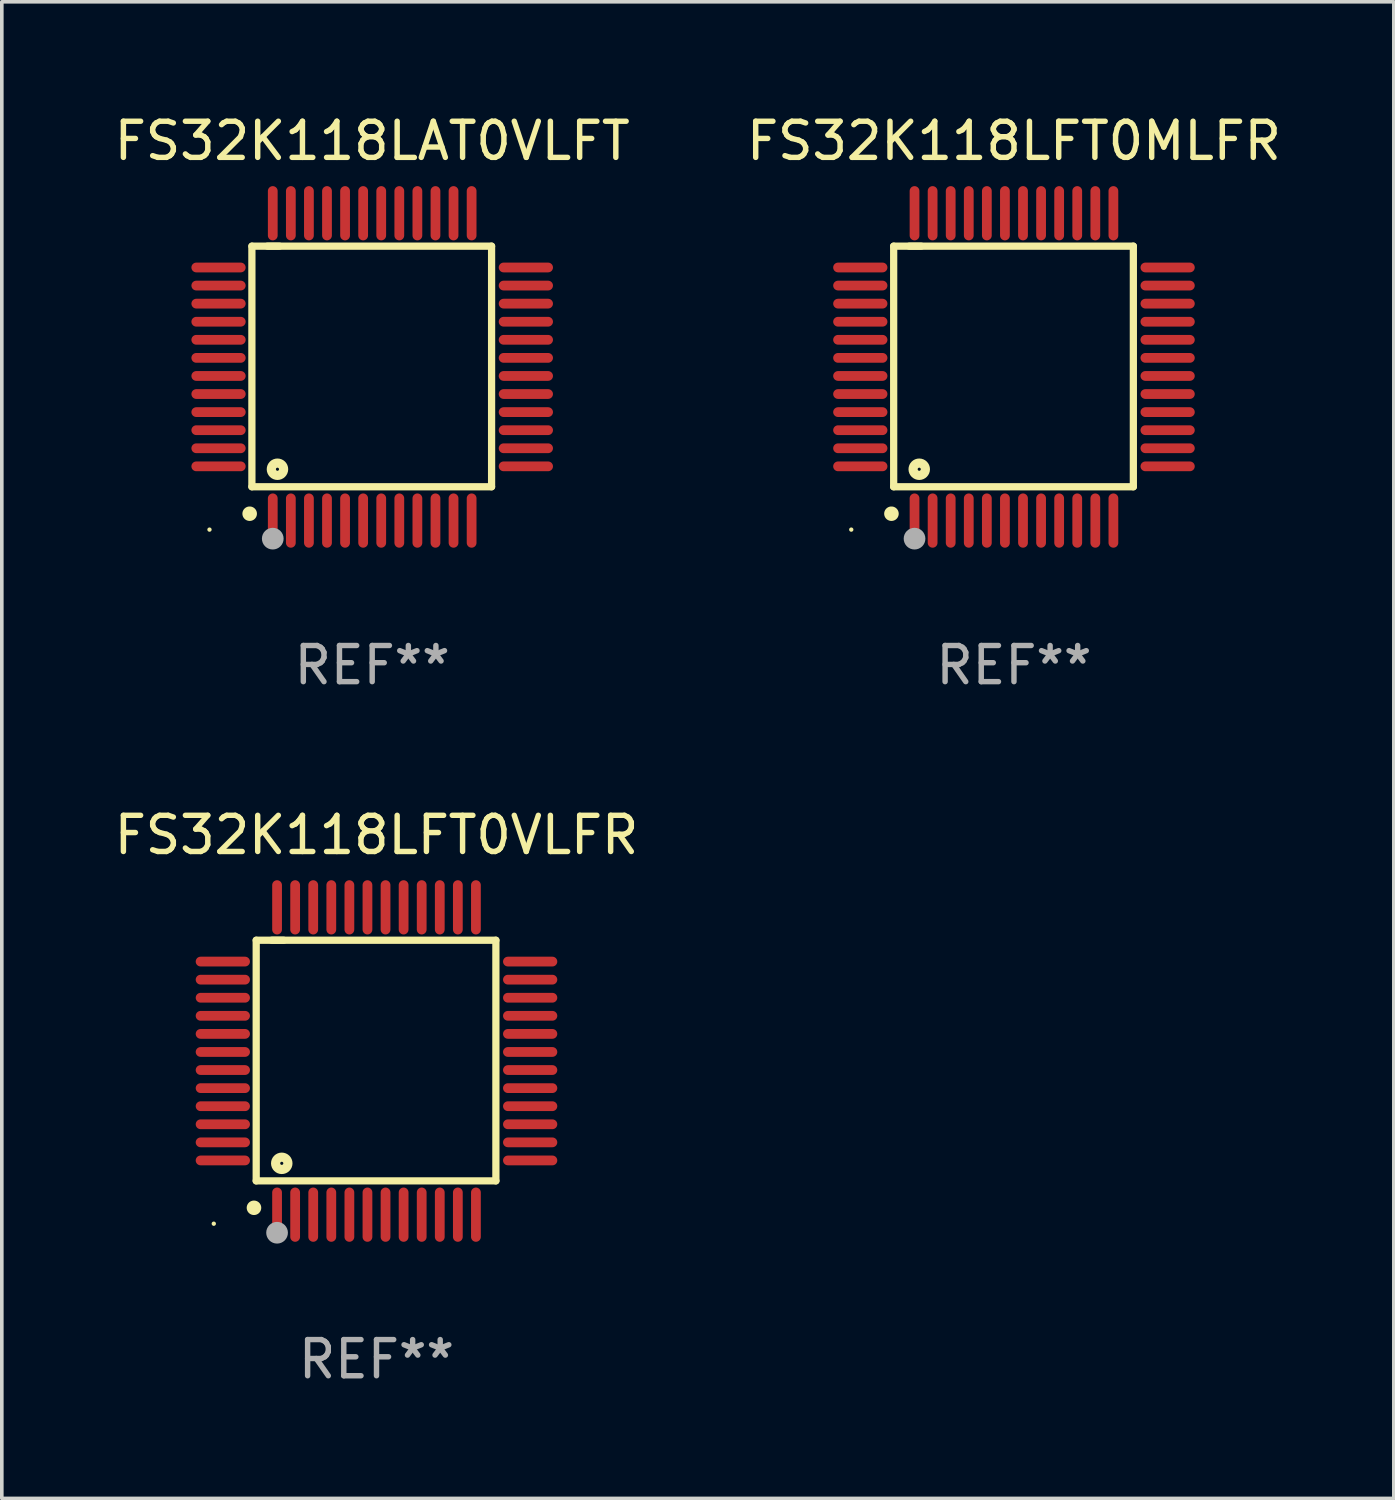
<source format=kicad_pcb>
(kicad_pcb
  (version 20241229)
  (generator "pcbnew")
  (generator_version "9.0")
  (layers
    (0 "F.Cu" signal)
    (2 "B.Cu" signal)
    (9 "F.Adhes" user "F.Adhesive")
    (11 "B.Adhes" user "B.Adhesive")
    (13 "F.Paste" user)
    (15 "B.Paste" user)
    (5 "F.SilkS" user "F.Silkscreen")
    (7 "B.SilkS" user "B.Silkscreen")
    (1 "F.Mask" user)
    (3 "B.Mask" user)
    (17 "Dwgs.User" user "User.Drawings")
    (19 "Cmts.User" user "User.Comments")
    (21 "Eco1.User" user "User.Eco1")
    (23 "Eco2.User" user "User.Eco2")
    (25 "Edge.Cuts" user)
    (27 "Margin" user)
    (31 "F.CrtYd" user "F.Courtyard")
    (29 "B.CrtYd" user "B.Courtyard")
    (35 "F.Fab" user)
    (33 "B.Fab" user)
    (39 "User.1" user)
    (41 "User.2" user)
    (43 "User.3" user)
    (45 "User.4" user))
  (footprint "FS32K118LAT0VLFT"
    (layer "F.Cu")
    (at 7.244 7.098)
    (property "Reference" "FS32K118LAT0VLFT" (at 0 -6.25 0) (layer "F.SilkS") (effects (font (size 1 1) (thickness 0.15))))
    (attr through_hole)
    (fp_line (start -3.327 -3.34) (end -2.565 -3.34) (stroke (width 0.2) (type solid)) (layer "F.SilkS"))
    (fp_line (start -3.327 3.315) (end -3.327 -3.34) (stroke (width 0.2) (type solid)) (layer "F.SilkS"))
    (fp_line (start -2.896 -3.34) (end 3.302 -3.34) (stroke (width 0.2) (type solid)) (layer "F.SilkS"))
    (fp_line (start 3.302 -3.34) (end 3.302 3.315) (stroke (width 0.2) (type solid)) (layer "F.SilkS"))
    (fp_line (start 3.302 3.315) (end -3.327 3.315) (stroke (width 0.2) (type solid)) (layer "F.SilkS"))
    (fp_arc (start -3.389992 4.059995) (mid -3.388722 4.059991) (end -3.387452 4.059995) (stroke (width 0.4) (type solid)) (layer "F.SilkS"))
    (fp_circle (center -4.5 4.5) (end -4.47 4.5) (stroke (width 0.06) (type solid)) (fill no) (layer "F.SilkS"))
    (fp_circle (center -2.62 2.83) (end -2.45 2.83) (stroke (width 0.254) (type solid)) (fill no) (layer "F.SilkS"))
    (fp_circle (center -2.75 4.75) (end -2.6 4.75) (stroke (width 0.3) (type solid)) (fill no) (layer "F.Fab"))
    (fp_text user "REF**" (at 0 8.25 0) (layer "F.Fab") (effects (font (size 1 1) (thickness 0.15))))
    (pad "1" smd oval (at -2.75 4.25) (size 0.27 1.5) (layers "F.Cu" "F.Mask" "F.Paste"))
    (pad "2" smd oval (at -2.25 4.25) (size 0.27 1.5) (layers "F.Cu" "F.Mask" "F.Paste"))
    (pad "3" smd oval (at -1.75 4.25) (size 0.27 1.5) (layers "F.Cu" "F.Mask" "F.Paste"))
    (pad "4" smd oval (at -1.25 4.25) (size 0.27 1.5) (layers "F.Cu" "F.Mask" "F.Paste"))
    (pad "5" smd oval (at -0.75 4.25) (size 0.27 1.5) (layers "F.Cu" "F.Mask" "F.Paste"))
    (pad "6" smd oval (at -0.25 4.25) (size 0.27 1.5) (layers "F.Cu" "F.Mask" "F.Paste"))
    (pad "7" smd oval (at 0.25 4.25) (size 0.27 1.5) (layers "F.Cu" "F.Mask" "F.Paste"))
    (pad "8" smd oval (at 0.75 4.25) (size 0.27 1.5) (layers "F.Cu" "F.Mask" "F.Paste"))
    (pad "9" smd oval (at 1.25 4.25) (size 0.27 1.5) (layers "F.Cu" "F.Mask" "F.Paste"))
    (pad "10" smd oval (at 1.75 4.25) (size 0.27 1.5) (layers "F.Cu" "F.Mask" "F.Paste"))
    (pad "11" smd oval (at 2.25 4.25) (size 0.27 1.5) (layers "F.Cu" "F.Mask" "F.Paste"))
    (pad "12" smd oval (at 2.75 4.25) (size 0.27 1.5) (layers "F.Cu" "F.Mask" "F.Paste"))
    (pad "13" smd oval (at 4.25 2.75) (size 1.5 0.27) (layers "F.Cu" "F.Mask" "F.Paste"))
    (pad "14" smd oval (at 4.25 2.25) (size 1.5 0.27) (layers "F.Cu" "F.Mask" "F.Paste"))
    (pad "15" smd oval (at 4.25 1.75) (size 1.5 0.27) (layers "F.Cu" "F.Mask" "F.Paste"))
    (pad "16" smd oval (at 4.25 1.25) (size 1.5 0.27) (layers "F.Cu" "F.Mask" "F.Paste"))
    (pad "17" smd oval (at 4.25 0.75) (size 1.5 0.27) (layers "F.Cu" "F.Mask" "F.Paste"))
    (pad "18" smd oval (at 4.25 0.25) (size 1.5 0.27) (layers "F.Cu" "F.Mask" "F.Paste"))
    (pad "19" smd oval (at 4.25 -0.25) (size 1.5 0.27) (layers "F.Cu" "F.Mask" "F.Paste"))
    (pad "20" smd oval (at 4.25 -0.75) (size 1.5 0.27) (layers "F.Cu" "F.Mask" "F.Paste"))
    (pad "21" smd oval (at 4.25 -1.25) (size 1.5 0.27) (layers "F.Cu" "F.Mask" "F.Paste"))
    (pad "22" smd oval (at 4.25 -1.75) (size 1.5 0.27) (layers "F.Cu" "F.Mask" "F.Paste"))
    (pad "23" smd oval (at 4.25 -2.25) (size 1.5 0.27) (layers "F.Cu" "F.Mask" "F.Paste"))
    (pad "24" smd oval (at 4.25 -2.75) (size 1.5 0.27) (layers "F.Cu" "F.Mask" "F.Paste"))
    (pad "25" smd oval (at 2.75 -4.25) (size 0.27 1.5) (layers "F.Cu" "F.Mask" "F.Paste"))
    (pad "26" smd oval (at 2.25 -4.25) (size 0.27 1.5) (layers "F.Cu" "F.Mask" "F.Paste"))
    (pad "27" smd oval (at 1.75 -4.25) (size 0.27 1.5) (layers "F.Cu" "F.Mask" "F.Paste"))
    (pad "28" smd oval (at 1.25 -4.25) (size 0.27 1.5) (layers "F.Cu" "F.Mask" "F.Paste"))
    (pad "29" smd oval (at 0.75 -4.25) (size 0.27 1.5) (layers "F.Cu" "F.Mask" "F.Paste"))
    (pad "30" smd oval (at 0.25 -4.25) (size 0.27 1.5) (layers "F.Cu" "F.Mask" "F.Paste"))
    (pad "31" smd oval (at -0.25 -4.25) (size 0.27 1.5) (layers "F.Cu" "F.Mask" "F.Paste"))
    (pad "32" smd oval (at -0.75 -4.25) (size 0.27 1.5) (layers "F.Cu" "F.Mask" "F.Paste"))
    (pad "33" smd oval (at -1.25 -4.25) (size 0.27 1.5) (layers "F.Cu" "F.Mask" "F.Paste"))
    (pad "34" smd oval (at -1.75 -4.25) (size 0.27 1.5) (layers "F.Cu" "F.Mask" "F.Paste"))
    (pad "35" smd oval (at -2.25 -4.25) (size 0.27 1.5) (layers "F.Cu" "F.Mask" "F.Paste"))
    (pad "36" smd oval (at -2.75 -4.25) (size 0.27 1.5) (layers "F.Cu" "F.Mask" "F.Paste"))
    (pad "37" smd oval (at -4.25 -2.75) (size 1.5 0.27) (layers "F.Cu" "F.Mask" "F.Paste"))
    (pad "38" smd oval (at -4.25 -2.25) (size 1.5 0.27) (layers "F.Cu" "F.Mask" "F.Paste"))
    (pad "39" smd oval (at -4.25 -1.75) (size 1.5 0.27) (layers "F.Cu" "F.Mask" "F.Paste"))
    (pad "40" smd oval (at -4.25 -1.25) (size 1.5 0.27) (layers "F.Cu" "F.Mask" "F.Paste"))
    (pad "41" smd oval (at -4.25 -0.75) (size 1.5 0.27) (layers "F.Cu" "F.Mask" "F.Paste"))
    (pad "42" smd oval (at -4.25 -0.25) (size 1.5 0.27) (layers "F.Cu" "F.Mask" "F.Paste"))
    (pad "43" smd oval (at -4.25 0.25) (size 1.5 0.27) (layers "F.Cu" "F.Mask" "F.Paste"))
    (pad "44" smd oval (at -4.25 0.75) (size 1.5 0.27) (layers "F.Cu" "F.Mask" "F.Paste"))
    (pad "45" smd oval (at -4.25 1.25) (size 1.5 0.27) (layers "F.Cu" "F.Mask" "F.Paste"))
    (pad "46" smd oval (at -4.25 1.75) (size 1.5 0.27) (layers "F.Cu" "F.Mask" "F.Paste"))
    (pad "47" smd oval (at -4.25 2.25) (size 1.5 0.27) (layers "F.Cu" "F.Mask" "F.Paste"))
    (pad "48" smd oval (at -4.25 2.75) (size 1.5 0.27) (layers "F.Cu" "F.Mask" "F.Paste")))
  (footprint "FS32K118LFT0VLFR"
    (layer "F.Cu")
    (at 7.363 26.295)
    (property "Reference" "FS32K118LFT0VLFR" (at 0 -6.25 0) (layer "F.SilkS") (effects (font (size 1 1) (thickness 0.15))))
    (attr through_hole)
    (fp_line (start -3.327 -3.34) (end -2.565 -3.34) (stroke (width 0.2) (type solid)) (layer "F.SilkS"))
    (fp_line (start -3.327 3.315) (end -3.327 -3.34) (stroke (width 0.2) (type solid)) (layer "F.SilkS"))
    (fp_line (start -2.896 -3.34) (end 3.302 -3.34) (stroke (width 0.2) (type solid)) (layer "F.SilkS"))
    (fp_line (start 3.302 -3.34) (end 3.302 3.315) (stroke (width 0.2) (type solid)) (layer "F.SilkS"))
    (fp_line (start 3.302 3.315) (end -3.327 3.315) (stroke (width 0.2) (type solid)) (layer "F.SilkS"))
    (fp_arc (start -3.389992 4.059995) (mid -3.388722 4.059991) (end -3.387452 4.059995) (stroke (width 0.4) (type solid)) (layer "F.SilkS"))
    (fp_circle (center -4.5 4.5) (end -4.47 4.5) (stroke (width 0.06) (type solid)) (fill no) (layer "F.SilkS"))
    (fp_circle (center -2.62 2.83) (end -2.45 2.83) (stroke (width 0.254) (type solid)) (fill no) (layer "F.SilkS"))
    (fp_circle (center -2.75 4.75) (end -2.6 4.75) (stroke (width 0.3) (type solid)) (fill no) (layer "F.Fab"))
    (fp_text user "REF**" (at 0 8.25 0) (layer "F.Fab") (effects (font (size 1 1) (thickness 0.15))))
    (pad "1" smd oval (at -2.75 4.25) (size 0.27 1.5) (layers "F.Cu" "F.Mask" "F.Paste"))
    (pad "2" smd oval (at -2.25 4.25) (size 0.27 1.5) (layers "F.Cu" "F.Mask" "F.Paste"))
    (pad "3" smd oval (at -1.75 4.25) (size 0.27 1.5) (layers "F.Cu" "F.Mask" "F.Paste"))
    (pad "4" smd oval (at -1.25 4.25) (size 0.27 1.5) (layers "F.Cu" "F.Mask" "F.Paste"))
    (pad "5" smd oval (at -0.75 4.25) (size 0.27 1.5) (layers "F.Cu" "F.Mask" "F.Paste"))
    (pad "6" smd oval (at -0.25 4.25) (size 0.27 1.5) (layers "F.Cu" "F.Mask" "F.Paste"))
    (pad "7" smd oval (at 0.25 4.25) (size 0.27 1.5) (layers "F.Cu" "F.Mask" "F.Paste"))
    (pad "8" smd oval (at 0.75 4.25) (size 0.27 1.5) (layers "F.Cu" "F.Mask" "F.Paste"))
    (pad "9" smd oval (at 1.25 4.25) (size 0.27 1.5) (layers "F.Cu" "F.Mask" "F.Paste"))
    (pad "10" smd oval (at 1.75 4.25) (size 0.27 1.5) (layers "F.Cu" "F.Mask" "F.Paste"))
    (pad "11" smd oval (at 2.25 4.25) (size 0.27 1.5) (layers "F.Cu" "F.Mask" "F.Paste"))
    (pad "12" smd oval (at 2.75 4.25) (size 0.27 1.5) (layers "F.Cu" "F.Mask" "F.Paste"))
    (pad "13" smd oval (at 4.25 2.75) (size 1.5 0.27) (layers "F.Cu" "F.Mask" "F.Paste"))
    (pad "14" smd oval (at 4.25 2.25) (size 1.5 0.27) (layers "F.Cu" "F.Mask" "F.Paste"))
    (pad "15" smd oval (at 4.25 1.75) (size 1.5 0.27) (layers "F.Cu" "F.Mask" "F.Paste"))
    (pad "16" smd oval (at 4.25 1.25) (size 1.5 0.27) (layers "F.Cu" "F.Mask" "F.Paste"))
    (pad "17" smd oval (at 4.25 0.75) (size 1.5 0.27) (layers "F.Cu" "F.Mask" "F.Paste"))
    (pad "18" smd oval (at 4.25 0.25) (size 1.5 0.27) (layers "F.Cu" "F.Mask" "F.Paste"))
    (pad "19" smd oval (at 4.25 -0.25) (size 1.5 0.27) (layers "F.Cu" "F.Mask" "F.Paste"))
    (pad "20" smd oval (at 4.25 -0.75) (size 1.5 0.27) (layers "F.Cu" "F.Mask" "F.Paste"))
    (pad "21" smd oval (at 4.25 -1.25) (size 1.5 0.27) (layers "F.Cu" "F.Mask" "F.Paste"))
    (pad "22" smd oval (at 4.25 -1.75) (size 1.5 0.27) (layers "F.Cu" "F.Mask" "F.Paste"))
    (pad "23" smd oval (at 4.25 -2.25) (size 1.5 0.27) (layers "F.Cu" "F.Mask" "F.Paste"))
    (pad "24" smd oval (at 4.25 -2.75) (size 1.5 0.27) (layers "F.Cu" "F.Mask" "F.Paste"))
    (pad "25" smd oval (at 2.75 -4.25) (size 0.27 1.5) (layers "F.Cu" "F.Mask" "F.Paste"))
    (pad "26" smd oval (at 2.25 -4.25) (size 0.27 1.5) (layers "F.Cu" "F.Mask" "F.Paste"))
    (pad "27" smd oval (at 1.75 -4.25) (size 0.27 1.5) (layers "F.Cu" "F.Mask" "F.Paste"))
    (pad "28" smd oval (at 1.25 -4.25) (size 0.27 1.5) (layers "F.Cu" "F.Mask" "F.Paste"))
    (pad "29" smd oval (at 0.75 -4.25) (size 0.27 1.5) (layers "F.Cu" "F.Mask" "F.Paste"))
    (pad "30" smd oval (at 0.25 -4.25) (size 0.27 1.5) (layers "F.Cu" "F.Mask" "F.Paste"))
    (pad "31" smd oval (at -0.25 -4.25) (size 0.27 1.5) (layers "F.Cu" "F.Mask" "F.Paste"))
    (pad "32" smd oval (at -0.75 -4.25) (size 0.27 1.5) (layers "F.Cu" "F.Mask" "F.Paste"))
    (pad "33" smd oval (at -1.25 -4.25) (size 0.27 1.5) (layers "F.Cu" "F.Mask" "F.Paste"))
    (pad "34" smd oval (at -1.75 -4.25) (size 0.27 1.5) (layers "F.Cu" "F.Mask" "F.Paste"))
    (pad "35" smd oval (at -2.25 -4.25) (size 0.27 1.5) (layers "F.Cu" "F.Mask" "F.Paste"))
    (pad "36" smd oval (at -2.75 -4.25) (size 0.27 1.5) (layers "F.Cu" "F.Mask" "F.Paste"))
    (pad "37" smd oval (at -4.25 -2.75) (size 1.5 0.27) (layers "F.Cu" "F.Mask" "F.Paste"))
    (pad "38" smd oval (at -4.25 -2.25) (size 1.5 0.27) (layers "F.Cu" "F.Mask" "F.Paste"))
    (pad "39" smd oval (at -4.25 -1.75) (size 1.5 0.27) (layers "F.Cu" "F.Mask" "F.Paste"))
    (pad "40" smd oval (at -4.25 -1.25) (size 1.5 0.27) (layers "F.Cu" "F.Mask" "F.Paste"))
    (pad "41" smd oval (at -4.25 -0.75) (size 1.5 0.27) (layers "F.Cu" "F.Mask" "F.Paste"))
    (pad "42" smd oval (at -4.25 -0.25) (size 1.5 0.27) (layers "F.Cu" "F.Mask" "F.Paste"))
    (pad "43" smd oval (at -4.25 0.25) (size 1.5 0.27) (layers "F.Cu" "F.Mask" "F.Paste"))
    (pad "44" smd oval (at -4.25 0.75) (size 1.5 0.27) (layers "F.Cu" "F.Mask" "F.Paste"))
    (pad "45" smd oval (at -4.25 1.25) (size 1.5 0.27) (layers "F.Cu" "F.Mask" "F.Paste"))
    (pad "46" smd oval (at -4.25 1.75) (size 1.5 0.27) (layers "F.Cu" "F.Mask" "F.Paste"))
    (pad "47" smd oval (at -4.25 2.25) (size 1.5 0.27) (layers "F.Cu" "F.Mask" "F.Paste"))
    (pad "48" smd oval (at -4.25 2.75) (size 1.5 0.27) (layers "F.Cu" "F.Mask" "F.Paste")))
  (footprint "FS32K118LFT0MLFR"
    (layer "F.Cu")
    (at 24.994 7.098)
    (property "Reference" "FS32K118LFT0MLFR" (at 0 -6.25 0) (layer "F.SilkS") (effects (font (size 1 1) (thickness 0.15))))
    (attr through_hole)
    (fp_line (start -3.327 -3.34) (end -2.565 -3.34) (stroke (width 0.2) (type solid)) (layer "F.SilkS"))
    (fp_line (start -3.327 3.315) (end -3.327 -3.34) (stroke (width 0.2) (type solid)) (layer "F.SilkS"))
    (fp_line (start -2.896 -3.34) (end 3.302 -3.34) (stroke (width 0.2) (type solid)) (layer "F.SilkS"))
    (fp_line (start 3.302 -3.34) (end 3.302 3.315) (stroke (width 0.2) (type solid)) (layer "F.SilkS"))
    (fp_line (start 3.302 3.315) (end -3.327 3.315) (stroke (width 0.2) (type solid)) (layer "F.SilkS"))
    (fp_arc (start -3.389992 4.059995) (mid -3.388722 4.059991) (end -3.387452 4.059995) (stroke (width 0.4) (type solid)) (layer "F.SilkS"))
    (fp_circle (center -4.5 4.5) (end -4.47 4.5) (stroke (width 0.06) (type solid)) (fill no) (layer "F.SilkS"))
    (fp_circle (center -2.62 2.83) (end -2.45 2.83) (stroke (width 0.254) (type solid)) (fill no) (layer "F.SilkS"))
    (fp_circle (center -2.75 4.75) (end -2.6 4.75) (stroke (width 0.3) (type solid)) (fill no) (layer "F.Fab"))
    (fp_text user "REF**" (at 0 8.25 0) (layer "F.Fab") (effects (font (size 1 1) (thickness 0.15))))
    (pad "1" smd oval (at -2.75 4.25) (size 0.27 1.5) (layers "F.Cu" "F.Mask" "F.Paste"))
    (pad "2" smd oval (at -2.25 4.25) (size 0.27 1.5) (layers "F.Cu" "F.Mask" "F.Paste"))
    (pad "3" smd oval (at -1.75 4.25) (size 0.27 1.5) (layers "F.Cu" "F.Mask" "F.Paste"))
    (pad "4" smd oval (at -1.25 4.25) (size 0.27 1.5) (layers "F.Cu" "F.Mask" "F.Paste"))
    (pad "5" smd oval (at -0.75 4.25) (size 0.27 1.5) (layers "F.Cu" "F.Mask" "F.Paste"))
    (pad "6" smd oval (at -0.25 4.25) (size 0.27 1.5) (layers "F.Cu" "F.Mask" "F.Paste"))
    (pad "7" smd oval (at 0.25 4.25) (size 0.27 1.5) (layers "F.Cu" "F.Mask" "F.Paste"))
    (pad "8" smd oval (at 0.75 4.25) (size 0.27 1.5) (layers "F.Cu" "F.Mask" "F.Paste"))
    (pad "9" smd oval (at 1.25 4.25) (size 0.27 1.5) (layers "F.Cu" "F.Mask" "F.Paste"))
    (pad "10" smd oval (at 1.75 4.25) (size 0.27 1.5) (layers "F.Cu" "F.Mask" "F.Paste"))
    (pad "11" smd oval (at 2.25 4.25) (size 0.27 1.5) (layers "F.Cu" "F.Mask" "F.Paste"))
    (pad "12" smd oval (at 2.75 4.25) (size 0.27 1.5) (layers "F.Cu" "F.Mask" "F.Paste"))
    (pad "13" smd oval (at 4.25 2.75) (size 1.5 0.27) (layers "F.Cu" "F.Mask" "F.Paste"))
    (pad "14" smd oval (at 4.25 2.25) (size 1.5 0.27) (layers "F.Cu" "F.Mask" "F.Paste"))
    (pad "15" smd oval (at 4.25 1.75) (size 1.5 0.27) (layers "F.Cu" "F.Mask" "F.Paste"))
    (pad "16" smd oval (at 4.25 1.25) (size 1.5 0.27) (layers "F.Cu" "F.Mask" "F.Paste"))
    (pad "17" smd oval (at 4.25 0.75) (size 1.5 0.27) (layers "F.Cu" "F.Mask" "F.Paste"))
    (pad "18" smd oval (at 4.25 0.25) (size 1.5 0.27) (layers "F.Cu" "F.Mask" "F.Paste"))
    (pad "19" smd oval (at 4.25 -0.25) (size 1.5 0.27) (layers "F.Cu" "F.Mask" "F.Paste"))
    (pad "20" smd oval (at 4.25 -0.75) (size 1.5 0.27) (layers "F.Cu" "F.Mask" "F.Paste"))
    (pad "21" smd oval (at 4.25 -1.25) (size 1.5 0.27) (layers "F.Cu" "F.Mask" "F.Paste"))
    (pad "22" smd oval (at 4.25 -1.75) (size 1.5 0.27) (layers "F.Cu" "F.Mask" "F.Paste"))
    (pad "23" smd oval (at 4.25 -2.25) (size 1.5 0.27) (layers "F.Cu" "F.Mask" "F.Paste"))
    (pad "24" smd oval (at 4.25 -2.75) (size 1.5 0.27) (layers "F.Cu" "F.Mask" "F.Paste"))
    (pad "25" smd oval (at 2.75 -4.25) (size 0.27 1.5) (layers "F.Cu" "F.Mask" "F.Paste"))
    (pad "26" smd oval (at 2.25 -4.25) (size 0.27 1.5) (layers "F.Cu" "F.Mask" "F.Paste"))
    (pad "27" smd oval (at 1.75 -4.25) (size 0.27 1.5) (layers "F.Cu" "F.Mask" "F.Paste"))
    (pad "28" smd oval (at 1.25 -4.25) (size 0.27 1.5) (layers "F.Cu" "F.Mask" "F.Paste"))
    (pad "29" smd oval (at 0.75 -4.25) (size 0.27 1.5) (layers "F.Cu" "F.Mask" "F.Paste"))
    (pad "30" smd oval (at 0.25 -4.25) (size 0.27 1.5) (layers "F.Cu" "F.Mask" "F.Paste"))
    (pad "31" smd oval (at -0.25 -4.25) (size 0.27 1.5) (layers "F.Cu" "F.Mask" "F.Paste"))
    (pad "32" smd oval (at -0.75 -4.25) (size 0.27 1.5) (layers "F.Cu" "F.Mask" "F.Paste"))
    (pad "33" smd oval (at -1.25 -4.25) (size 0.27 1.5) (layers "F.Cu" "F.Mask" "F.Paste"))
    (pad "34" smd oval (at -1.75 -4.25) (size 0.27 1.5) (layers "F.Cu" "F.Mask" "F.Paste"))
    (pad "35" smd oval (at -2.25 -4.25) (size 0.27 1.5) (layers "F.Cu" "F.Mask" "F.Paste"))
    (pad "36" smd oval (at -2.75 -4.25) (size 0.27 1.5) (layers "F.Cu" "F.Mask" "F.Paste"))
    (pad "37" smd oval (at -4.25 -2.75) (size 1.5 0.27) (layers "F.Cu" "F.Mask" "F.Paste"))
    (pad "38" smd oval (at -4.25 -2.25) (size 1.5 0.27) (layers "F.Cu" "F.Mask" "F.Paste"))
    (pad "39" smd oval (at -4.25 -1.75) (size 1.5 0.27) (layers "F.Cu" "F.Mask" "F.Paste"))
    (pad "40" smd oval (at -4.25 -1.25) (size 1.5 0.27) (layers "F.Cu" "F.Mask" "F.Paste"))
    (pad "41" smd oval (at -4.25 -0.75) (size 1.5 0.27) (layers "F.Cu" "F.Mask" "F.Paste"))
    (pad "42" smd oval (at -4.25 -0.25) (size 1.5 0.27) (layers "F.Cu" "F.Mask" "F.Paste"))
    (pad "43" smd oval (at -4.25 0.25) (size 1.5 0.27) (layers "F.Cu" "F.Mask" "F.Paste"))
    (pad "44" smd oval (at -4.25 0.75) (size 1.5 0.27) (layers "F.Cu" "F.Mask" "F.Paste"))
    (pad "45" smd oval (at -4.25 1.25) (size 1.5 0.27) (layers "F.Cu" "F.Mask" "F.Paste"))
    (pad "46" smd oval (at -4.25 1.75) (size 1.5 0.27) (layers "F.Cu" "F.Mask" "F.Paste"))
    (pad "47" smd oval (at -4.25 2.25) (size 1.5 0.27) (layers "F.Cu" "F.Mask" "F.Paste"))
    (pad "48" smd oval (at -4.25 2.75) (size 1.5 0.27) (layers "F.Cu" "F.Mask" "F.Paste")))
  (gr_rect
    (start -3 -3)
    (end 35.5 38.393)
    (stroke (width 0.1) (type default))
    (fill no)
    (layer "Edge.Cuts")))
</source>
